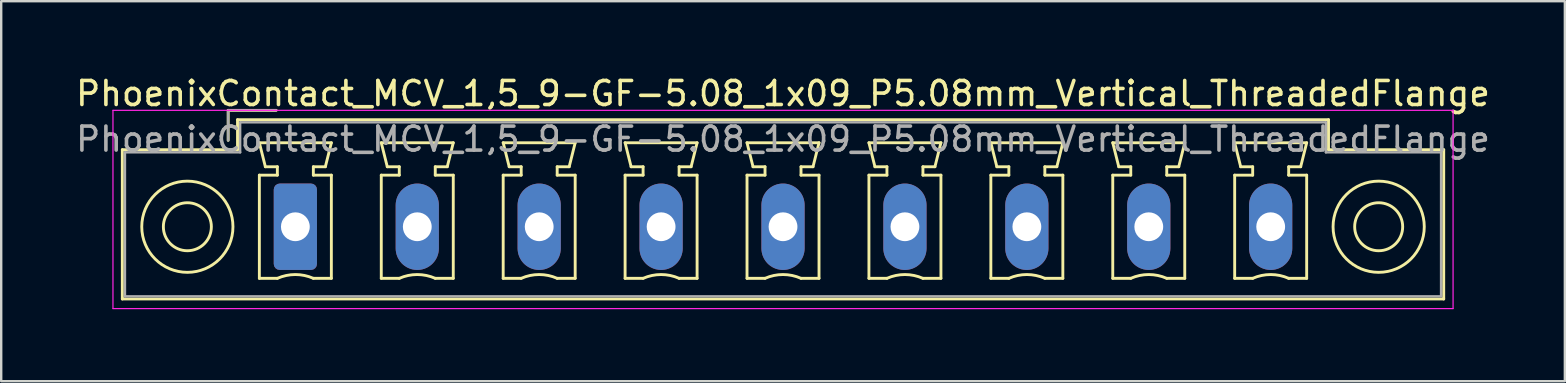
<source format=kicad_pcb>
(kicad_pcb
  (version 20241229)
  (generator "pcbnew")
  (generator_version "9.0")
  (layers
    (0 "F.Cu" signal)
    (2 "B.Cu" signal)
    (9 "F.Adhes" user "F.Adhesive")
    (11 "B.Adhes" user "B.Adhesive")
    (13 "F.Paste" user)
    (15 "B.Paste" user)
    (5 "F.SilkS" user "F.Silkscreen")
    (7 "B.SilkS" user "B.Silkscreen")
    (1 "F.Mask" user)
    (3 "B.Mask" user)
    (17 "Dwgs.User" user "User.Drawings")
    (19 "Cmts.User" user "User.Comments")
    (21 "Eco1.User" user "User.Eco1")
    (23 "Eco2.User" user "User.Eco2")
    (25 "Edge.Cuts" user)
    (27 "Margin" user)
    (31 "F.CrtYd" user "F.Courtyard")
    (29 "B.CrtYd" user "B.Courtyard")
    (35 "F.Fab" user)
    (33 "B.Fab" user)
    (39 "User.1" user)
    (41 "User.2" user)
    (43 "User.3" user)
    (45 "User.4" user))
  (footprint "PhoenixContact_MCV_1,5_9-GF-5.08_1x09_P5.08mm_Vertical_ThreadedFlange"
    (layer "F.Cu")
    (at 9.257 6.398)
    (property "Reference" "PhoenixContact_MCV_1,5_9-GF-5.08_1x09_P5.08mm_Vertical_ThreadedFlange" (at 20.32 -5.55 0) (layer "F.SilkS") (effects (font (size 1 1) (thickness 0.15))))
    (attr through_hole)
    (fp_line (start -7.21 -3.21) (end -7.21 3.01) (stroke (width 0.12) (type solid)) (layer "F.SilkS"))
    (fp_line (start -7.21 3.01) (end 47.85 3.01) (stroke (width 0.12) (type solid)) (layer "F.SilkS"))
    (fp_line (start -2.8 -4.85) (end -0.8 -4.85) (stroke (width 0.12) (type solid)) (layer "F.SilkS"))
    (fp_line (start -2.8 -3.6) (end -2.8 -4.85) (stroke (width 0.12) (type solid)) (layer "F.SilkS"))
    (fp_line (start -2.41 -4.46) (end -2.41 -3.21) (stroke (width 0.12) (type solid)) (layer "F.SilkS"))
    (fp_line (start -2.41 -3.21) (end -7.21 -3.21) (stroke (width 0.12) (type solid)) (layer "F.SilkS"))
    (fp_line (start -1.5 -3.5) (end 1.5 -3.5) (stroke (width 0.12) (type solid)) (layer "F.SilkS"))
    (fp_line (start -1.5 -2.15) (end -0.75 -2.15) (stroke (width 0.12) (type solid)) (layer "F.SilkS"))
    (fp_line (start -1.5 2.15) (end -1.5 -2.15) (stroke (width 0.12) (type solid)) (layer "F.SilkS"))
    (fp_line (start -1.25 -2.5) (end -1.5 -3.5) (stroke (width 0.12) (type solid)) (layer "F.SilkS"))
    (fp_line (start -0.75 -2.5) (end -1.25 -2.5) (stroke (width 0.12) (type solid)) (layer "F.SilkS"))
    (fp_line (start -0.75 -2.15) (end -0.75 -2.5) (stroke (width 0.12) (type solid)) (layer "F.SilkS"))
    (fp_line (start -0.75 2.15) (end -1.5 2.15) (stroke (width 0.12) (type solid)) (layer "F.SilkS"))
    (fp_line (start 0.75 -2.5) (end 0.75 -2.15) (stroke (width 0.12) (type solid)) (layer "F.SilkS"))
    (fp_line (start 0.75 -2.15) (end 1.5 -2.15) (stroke (width 0.12) (type solid)) (layer "F.SilkS"))
    (fp_line (start 1.25 -2.5) (end 0.75 -2.5) (stroke (width 0.12) (type solid)) (layer "F.SilkS"))
    (fp_line (start 1.5 -3.5) (end 1.25 -2.5) (stroke (width 0.12) (type solid)) (layer "F.SilkS"))
    (fp_line (start 1.5 -2.15) (end 1.5 2.15) (stroke (width 0.12) (type solid)) (layer "F.SilkS"))
    (fp_line (start 1.5 2.15) (end 0.75 2.15) (stroke (width 0.12) (type solid)) (layer "F.SilkS"))
    (fp_line (start 3.58 -3.5) (end 6.58 -3.5) (stroke (width 0.12) (type solid)) (layer "F.SilkS"))
    (fp_line (start 3.58 -2.15) (end 4.33 -2.15) (stroke (width 0.12) (type solid)) (layer "F.SilkS"))
    (fp_line (start 3.58 2.15) (end 3.58 -2.15) (stroke (width 0.12) (type solid)) (layer "F.SilkS"))
    (fp_line (start 3.83 -2.5) (end 3.58 -3.5) (stroke (width 0.12) (type solid)) (layer "F.SilkS"))
    (fp_line (start 4.33 -2.5) (end 3.83 -2.5) (stroke (width 0.12) (type solid)) (layer "F.SilkS"))
    (fp_line (start 4.33 -2.15) (end 4.33 -2.5) (stroke (width 0.12) (type solid)) (layer "F.SilkS"))
    (fp_line (start 4.33 2.15) (end 3.58 2.15) (stroke (width 0.12) (type solid)) (layer "F.SilkS"))
    (fp_line (start 5.83 -2.5) (end 5.83 -2.15) (stroke (width 0.12) (type solid)) (layer "F.SilkS"))
    (fp_line (start 5.83 -2.15) (end 6.58 -2.15) (stroke (width 0.12) (type solid)) (layer "F.SilkS"))
    (fp_line (start 6.33 -2.5) (end 5.83 -2.5) (stroke (width 0.12) (type solid)) (layer "F.SilkS"))
    (fp_line (start 6.58 -3.5) (end 6.33 -2.5) (stroke (width 0.12) (type solid)) (layer "F.SilkS"))
    (fp_line (start 6.58 -2.15) (end 6.58 2.15) (stroke (width 0.12) (type solid)) (layer "F.SilkS"))
    (fp_line (start 6.58 2.15) (end 5.83 2.15) (stroke (width 0.12) (type solid)) (layer "F.SilkS"))
    (fp_line (start 8.66 -3.5) (end 11.66 -3.5) (stroke (width 0.12) (type solid)) (layer "F.SilkS"))
    (fp_line (start 8.66 -2.15) (end 9.41 -2.15) (stroke (width 0.12) (type solid)) (layer "F.SilkS"))
    (fp_line (start 8.66 2.15) (end 8.66 -2.15) (stroke (width 0.12) (type solid)) (layer "F.SilkS"))
    (fp_line (start 8.91 -2.5) (end 8.66 -3.5) (stroke (width 0.12) (type solid)) (layer "F.SilkS"))
    (fp_line (start 9.41 -2.5) (end 8.91 -2.5) (stroke (width 0.12) (type solid)) (layer "F.SilkS"))
    (fp_line (start 9.41 -2.15) (end 9.41 -2.5) (stroke (width 0.12) (type solid)) (layer "F.SilkS"))
    (fp_line (start 9.41 2.15) (end 8.66 2.15) (stroke (width 0.12) (type solid)) (layer "F.SilkS"))
    (fp_line (start 10.91 -2.5) (end 10.91 -2.15) (stroke (width 0.12) (type solid)) (layer "F.SilkS"))
    (fp_line (start 10.91 -2.15) (end 11.66 -2.15) (stroke (width 0.12) (type solid)) (layer "F.SilkS"))
    (fp_line (start 11.41 -2.5) (end 10.91 -2.5) (stroke (width 0.12) (type solid)) (layer "F.SilkS"))
    (fp_line (start 11.66 -3.5) (end 11.41 -2.5) (stroke (width 0.12) (type solid)) (layer "F.SilkS"))
    (fp_line (start 11.66 -2.15) (end 11.66 2.15) (stroke (width 0.12) (type solid)) (layer "F.SilkS"))
    (fp_line (start 11.66 2.15) (end 10.91 2.15) (stroke (width 0.12) (type solid)) (layer "F.SilkS"))
    (fp_line (start 13.74 -3.5) (end 16.74 -3.5) (stroke (width 0.12) (type solid)) (layer "F.SilkS"))
    (fp_line (start 13.74 -2.15) (end 14.49 -2.15) (stroke (width 0.12) (type solid)) (layer "F.SilkS"))
    (fp_line (start 13.74 2.15) (end 13.74 -2.15) (stroke (width 0.12) (type solid)) (layer "F.SilkS"))
    (fp_line (start 13.99 -2.5) (end 13.74 -3.5) (stroke (width 0.12) (type solid)) (layer "F.SilkS"))
    (fp_line (start 14.49 -2.5) (end 13.99 -2.5) (stroke (width 0.12) (type solid)) (layer "F.SilkS"))
    (fp_line (start 14.49 -2.15) (end 14.49 -2.5) (stroke (width 0.12) (type solid)) (layer "F.SilkS"))
    (fp_line (start 14.49 2.15) (end 13.74 2.15) (stroke (width 0.12) (type solid)) (layer "F.SilkS"))
    (fp_line (start 15.99 -2.5) (end 15.99 -2.15) (stroke (width 0.12) (type solid)) (layer "F.SilkS"))
    (fp_line (start 15.99 -2.15) (end 16.74 -2.15) (stroke (width 0.12) (type solid)) (layer "F.SilkS"))
    (fp_line (start 16.49 -2.5) (end 15.99 -2.5) (stroke (width 0.12) (type solid)) (layer "F.SilkS"))
    (fp_line (start 16.74 -3.5) (end 16.49 -2.5) (stroke (width 0.12) (type solid)) (layer "F.SilkS"))
    (fp_line (start 16.74 -2.15) (end 16.74 2.15) (stroke (width 0.12) (type solid)) (layer "F.SilkS"))
    (fp_line (start 16.74 2.15) (end 15.99 2.15) (stroke (width 0.12) (type solid)) (layer "F.SilkS"))
    (fp_line (start 18.82 -3.5) (end 21.82 -3.5) (stroke (width 0.12) (type solid)) (layer "F.SilkS"))
    (fp_line (start 18.82 -2.15) (end 19.57 -2.15) (stroke (width 0.12) (type solid)) (layer "F.SilkS"))
    (fp_line (start 18.82 2.15) (end 18.82 -2.15) (stroke (width 0.12) (type solid)) (layer "F.SilkS"))
    (fp_line (start 19.07 -2.5) (end 18.82 -3.5) (stroke (width 0.12) (type solid)) (layer "F.SilkS"))
    (fp_line (start 19.57 -2.5) (end 19.07 -2.5) (stroke (width 0.12) (type solid)) (layer "F.SilkS"))
    (fp_line (start 19.57 -2.15) (end 19.57 -2.5) (stroke (width 0.12) (type solid)) (layer "F.SilkS"))
    (fp_line (start 19.57 2.15) (end 18.82 2.15) (stroke (width 0.12) (type solid)) (layer "F.SilkS"))
    (fp_line (start 21.07 -2.5) (end 21.07 -2.15) (stroke (width 0.12) (type solid)) (layer "F.SilkS"))
    (fp_line (start 21.07 -2.15) (end 21.82 -2.15) (stroke (width 0.12) (type solid)) (layer "F.SilkS"))
    (fp_line (start 21.57 -2.5) (end 21.07 -2.5) (stroke (width 0.12) (type solid)) (layer "F.SilkS"))
    (fp_line (start 21.82 -3.5) (end 21.57 -2.5) (stroke (width 0.12) (type solid)) (layer "F.SilkS"))
    (fp_line (start 21.82 -2.15) (end 21.82 2.15) (stroke (width 0.12) (type solid)) (layer "F.SilkS"))
    (fp_line (start 21.82 2.15) (end 21.07 2.15) (stroke (width 0.12) (type solid)) (layer "F.SilkS"))
    (fp_line (start 23.9 -3.5) (end 26.9 -3.5) (stroke (width 0.12) (type solid)) (layer "F.SilkS"))
    (fp_line (start 23.9 -2.15) (end 24.65 -2.15) (stroke (width 0.12) (type solid)) (layer "F.SilkS"))
    (fp_line (start 23.9 2.15) (end 23.9 -2.15) (stroke (width 0.12) (type solid)) (layer "F.SilkS"))
    (fp_line (start 24.15 -2.5) (end 23.9 -3.5) (stroke (width 0.12) (type solid)) (layer "F.SilkS"))
    (fp_line (start 24.65 -2.5) (end 24.15 -2.5) (stroke (width 0.12) (type solid)) (layer "F.SilkS"))
    (fp_line (start 24.65 -2.15) (end 24.65 -2.5) (stroke (width 0.12) (type solid)) (layer "F.SilkS"))
    (fp_line (start 24.65 2.15) (end 23.9 2.15) (stroke (width 0.12) (type solid)) (layer "F.SilkS"))
    (fp_line (start 26.15 -2.5) (end 26.15 -2.15) (stroke (width 0.12) (type solid)) (layer "F.SilkS"))
    (fp_line (start 26.15 -2.15) (end 26.9 -2.15) (stroke (width 0.12) (type solid)) (layer "F.SilkS"))
    (fp_line (start 26.65 -2.5) (end 26.15 -2.5) (stroke (width 0.12) (type solid)) (layer "F.SilkS"))
    (fp_line (start 26.9 -3.5) (end 26.65 -2.5) (stroke (width 0.12) (type solid)) (layer "F.SilkS"))
    (fp_line (start 26.9 -2.15) (end 26.9 2.15) (stroke (width 0.12) (type solid)) (layer "F.SilkS"))
    (fp_line (start 26.9 2.15) (end 26.15 2.15) (stroke (width 0.12) (type solid)) (layer "F.SilkS"))
    (fp_line (start 28.98 -3.5) (end 31.98 -3.5) (stroke (width 0.12) (type solid)) (layer "F.SilkS"))
    (fp_line (start 28.98 -2.15) (end 29.73 -2.15) (stroke (width 0.12) (type solid)) (layer "F.SilkS"))
    (fp_line (start 28.98 2.15) (end 28.98 -2.15) (stroke (width 0.12) (type solid)) (layer "F.SilkS"))
    (fp_line (start 29.23 -2.5) (end 28.98 -3.5) (stroke (width 0.12) (type solid)) (layer "F.SilkS"))
    (fp_line (start 29.73 -2.5) (end 29.23 -2.5) (stroke (width 0.12) (type solid)) (layer "F.SilkS"))
    (fp_line (start 29.73 -2.15) (end 29.73 -2.5) (stroke (width 0.12) (type solid)) (layer "F.SilkS"))
    (fp_line (start 29.73 2.15) (end 28.98 2.15) (stroke (width 0.12) (type solid)) (layer "F.SilkS"))
    (fp_line (start 31.23 -2.5) (end 31.23 -2.15) (stroke (width 0.12) (type solid)) (layer "F.SilkS"))
    (fp_line (start 31.23 -2.15) (end 31.98 -2.15) (stroke (width 0.12) (type solid)) (layer "F.SilkS"))
    (fp_line (start 31.73 -2.5) (end 31.23 -2.5) (stroke (width 0.12) (type solid)) (layer "F.SilkS"))
    (fp_line (start 31.98 -3.5) (end 31.73 -2.5) (stroke (width 0.12) (type solid)) (layer "F.SilkS"))
    (fp_line (start 31.98 -2.15) (end 31.98 2.15) (stroke (width 0.12) (type solid)) (layer "F.SilkS"))
    (fp_line (start 31.98 2.15) (end 31.23 2.15) (stroke (width 0.12) (type solid)) (layer "F.SilkS"))
    (fp_line (start 34.06 -3.5) (end 37.06 -3.5) (stroke (width 0.12) (type solid)) (layer "F.SilkS"))
    (fp_line (start 34.06 -2.15) (end 34.81 -2.15) (stroke (width 0.12) (type solid)) (layer "F.SilkS"))
    (fp_line (start 34.06 2.15) (end 34.06 -2.15) (stroke (width 0.12) (type solid)) (layer "F.SilkS"))
    (fp_line (start 34.31 -2.5) (end 34.06 -3.5) (stroke (width 0.12) (type solid)) (layer "F.SilkS"))
    (fp_line (start 34.81 -2.5) (end 34.31 -2.5) (stroke (width 0.12) (type solid)) (layer "F.SilkS"))
    (fp_line (start 34.81 -2.15) (end 34.81 -2.5) (stroke (width 0.12) (type solid)) (layer "F.SilkS"))
    (fp_line (start 34.81 2.15) (end 34.06 2.15) (stroke (width 0.12) (type solid)) (layer "F.SilkS"))
    (fp_line (start 36.31 -2.5) (end 36.31 -2.15) (stroke (width 0.12) (type solid)) (layer "F.SilkS"))
    (fp_line (start 36.31 -2.15) (end 37.06 -2.15) (stroke (width 0.12) (type solid)) (layer "F.SilkS"))
    (fp_line (start 36.81 -2.5) (end 36.31 -2.5) (stroke (width 0.12) (type solid)) (layer "F.SilkS"))
    (fp_line (start 37.06 -3.5) (end 36.81 -2.5) (stroke (width 0.12) (type solid)) (layer "F.SilkS"))
    (fp_line (start 37.06 -2.15) (end 37.06 2.15) (stroke (width 0.12) (type solid)) (layer "F.SilkS"))
    (fp_line (start 37.06 2.15) (end 36.31 2.15) (stroke (width 0.12) (type solid)) (layer "F.SilkS"))
    (fp_line (start 39.14 -3.5) (end 42.14 -3.5) (stroke (width 0.12) (type solid)) (layer "F.SilkS"))
    (fp_line (start 39.14 -2.15) (end 39.89 -2.15) (stroke (width 0.12) (type solid)) (layer "F.SilkS"))
    (fp_line (start 39.14 2.15) (end 39.14 -2.15) (stroke (width 0.12) (type solid)) (layer "F.SilkS"))
    (fp_line (start 39.39 -2.5) (end 39.14 -3.5) (stroke (width 0.12) (type solid)) (layer "F.SilkS"))
    (fp_line (start 39.89 -2.5) (end 39.39 -2.5) (stroke (width 0.12) (type solid)) (layer "F.SilkS"))
    (fp_line (start 39.89 -2.15) (end 39.89 -2.5) (stroke (width 0.12) (type solid)) (layer "F.SilkS"))
    (fp_line (start 39.89 2.15) (end 39.14 2.15) (stroke (width 0.12) (type solid)) (layer "F.SilkS"))
    (fp_line (start 41.39 -2.5) (end 41.39 -2.15) (stroke (width 0.12) (type solid)) (layer "F.SilkS"))
    (fp_line (start 41.39 -2.15) (end 42.14 -2.15) (stroke (width 0.12) (type solid)) (layer "F.SilkS"))
    (fp_line (start 41.89 -2.5) (end 41.39 -2.5) (stroke (width 0.12) (type solid)) (layer "F.SilkS"))
    (fp_line (start 42.14 -3.5) (end 41.89 -2.5) (stroke (width 0.12) (type solid)) (layer "F.SilkS"))
    (fp_line (start 42.14 -2.15) (end 42.14 2.15) (stroke (width 0.12) (type solid)) (layer "F.SilkS"))
    (fp_line (start 42.14 2.15) (end 41.39 2.15) (stroke (width 0.12) (type solid)) (layer "F.SilkS"))
    (fp_line (start 43.05 -4.46) (end -2.41 -4.46) (stroke (width 0.12) (type solid)) (layer "F.SilkS"))
    (fp_line (start 43.05 -3.21) (end 43.05 -4.46) (stroke (width 0.12) (type solid)) (layer "F.SilkS"))
    (fp_line (start 47.85 -3.21) (end 43.05 -3.21) (stroke (width 0.12) (type solid)) (layer "F.SilkS"))
    (fp_line (start 47.85 3.01) (end 47.85 -3.21) (stroke (width 0.12) (type solid)) (layer "F.SilkS"))
    (fp_arc (start -0.75 2.15) (mid -0.000193 1.99191) (end 0.749647 2.149844) (stroke (width 0.12) (type solid)) (layer "F.SilkS"))
    (fp_arc (start 4.33 2.15) (mid 5.079807 1.99191) (end 5.829647 2.149844) (stroke (width 0.12) (type solid)) (layer "F.SilkS"))
    (fp_arc (start 9.41 2.15) (mid 10.159807 1.99191) (end 10.909647 2.149844) (stroke (width 0.12) (type solid)) (layer "F.SilkS"))
    (fp_arc (start 14.49 2.15) (mid 15.239807 1.99191) (end 15.989647 2.149844) (stroke (width 0.12) (type solid)) (layer "F.SilkS"))
    (fp_arc (start 19.57 2.15) (mid 20.319807 1.99191) (end 21.069647 2.149844) (stroke (width 0.12) (type solid)) (layer "F.SilkS"))
    (fp_arc (start 24.65 2.15) (mid 25.399807 1.99191) (end 26.149647 2.149844) (stroke (width 0.12) (type solid)) (layer "F.SilkS"))
    (fp_arc (start 29.73 2.15) (mid 30.479807 1.99191) (end 31.229647 2.149844) (stroke (width 0.12) (type solid)) (layer "F.SilkS"))
    (fp_arc (start 34.81 2.15) (mid 35.559807 1.99191) (end 36.309647 2.149844) (stroke (width 0.12) (type solid)) (layer "F.SilkS"))
    (fp_arc (start 39.89 2.15) (mid 40.639807 1.99191) (end 41.389647 2.149844) (stroke (width 0.12) (type solid)) (layer "F.SilkS"))
    (fp_circle (center -4.5 0) (end -3.5 0) (stroke (width 0.12) (type solid)) (fill no) (layer "F.SilkS"))
    (fp_circle (center -4.5 0) (end -2.6 0) (stroke (width 0.12) (type solid)) (fill no) (layer "F.SilkS"))
    (fp_circle (center 45.14 0) (end 46.14 0) (stroke (width 0.12) (type solid)) (fill no) (layer "F.SilkS"))
    (fp_circle (center 45.14 0) (end 47.04 0) (stroke (width 0.12) (type solid)) (fill no) (layer "F.SilkS"))
    (fp_line (start -7.6 -4.85) (end -7.6 3.41) (stroke (width 0.05) (type solid)) (layer "F.CrtYd"))
    (fp_line (start -7.6 3.41) (end 48.24 3.41) (stroke (width 0.05) (type solid)) (layer "F.CrtYd"))
    (fp_line (start 48.24 -4.85) (end -7.6 -4.85) (stroke (width 0.05) (type solid)) (layer "F.CrtYd"))
    (fp_line (start 48.24 3.41) (end 48.24 -4.85) (stroke (width 0.05) (type solid)) (layer "F.CrtYd"))
    (fp_line (start -7.1 -3.1) (end -7.1 2.9) (stroke (width 0.1) (type solid)) (layer "F.Fab"))
    (fp_line (start -7.1 2.9) (end 47.74 2.9) (stroke (width 0.1) (type solid)) (layer "F.Fab"))
    (fp_line (start -2.8 -4.85) (end -0.8 -4.85) (stroke (width 0.1) (type solid)) (layer "F.Fab"))
    (fp_line (start -2.8 -3.6) (end -2.8 -4.85) (stroke (width 0.1) (type solid)) (layer "F.Fab"))
    (fp_line (start -2.3 -4.35) (end -2.3 -3.1) (stroke (width 0.1) (type solid)) (layer "F.Fab"))
    (fp_line (start -2.3 -3.1) (end -7.1 -3.1) (stroke (width 0.1) (type solid)) (layer "F.Fab"))
    (fp_line (start 42.94 -4.35) (end -2.3 -4.35) (stroke (width 0.1) (type solid)) (layer "F.Fab"))
    (fp_line (start 42.94 -3.1) (end 42.94 -4.35) (stroke (width 0.1) (type solid)) (layer "F.Fab"))
    (fp_line (start 47.74 -3.1) (end 42.94 -3.1) (stroke (width 0.1) (type solid)) (layer "F.Fab"))
    (fp_line (start 47.74 2.9) (end 47.74 -3.1) (stroke (width 0.1) (type solid)) (layer "F.Fab"))
    (fp_text user "${REFERENCE}" (at 20.32 -3.65 0) (layer "F.Fab") (effects (font (size 1 1) (thickness 0.15))))
    (pad "1" thru_hole roundrect (at 0 0) (size 1.8 3.6) (drill 1.2) (layers "*.Cu" "*.Mask") (roundrect_rratio 0.139))
    (pad "2" thru_hole oval (at 5.08 0) (size 1.8 3.6) (drill 1.2) (layers "*.Cu" "*.Mask"))
    (pad "3" thru_hole oval (at 10.16 0) (size 1.8 3.6) (drill 1.2) (layers "*.Cu" "*.Mask"))
    (pad "4" thru_hole oval (at 15.24 0) (size 1.8 3.6) (drill 1.2) (layers "*.Cu" "*.Mask"))
    (pad "5" thru_hole oval (at 20.32 0) (size 1.8 3.6) (drill 1.2) (layers "*.Cu" "*.Mask"))
    (pad "6" thru_hole oval (at 25.4 0) (size 1.8 3.6) (drill 1.2) (layers "*.Cu" "*.Mask"))
    (pad "7" thru_hole oval (at 30.48 0) (size 1.8 3.6) (drill 1.2) (layers "*.Cu" "*.Mask"))
    (pad "8" thru_hole oval (at 35.56 0) (size 1.8 3.6) (drill 1.2) (layers "*.Cu" "*.Mask"))
    (pad "9" thru_hole oval (at 40.64 0) (size 1.8 3.6) (drill 1.2) (layers "*.Cu" "*.Mask")))
  (gr_rect
    (start -3 -3)
    (end 62.155 12.833)
    (stroke (width 0.1) (type default))
    (fill no)
    (layer "Edge.Cuts")))
</source>
